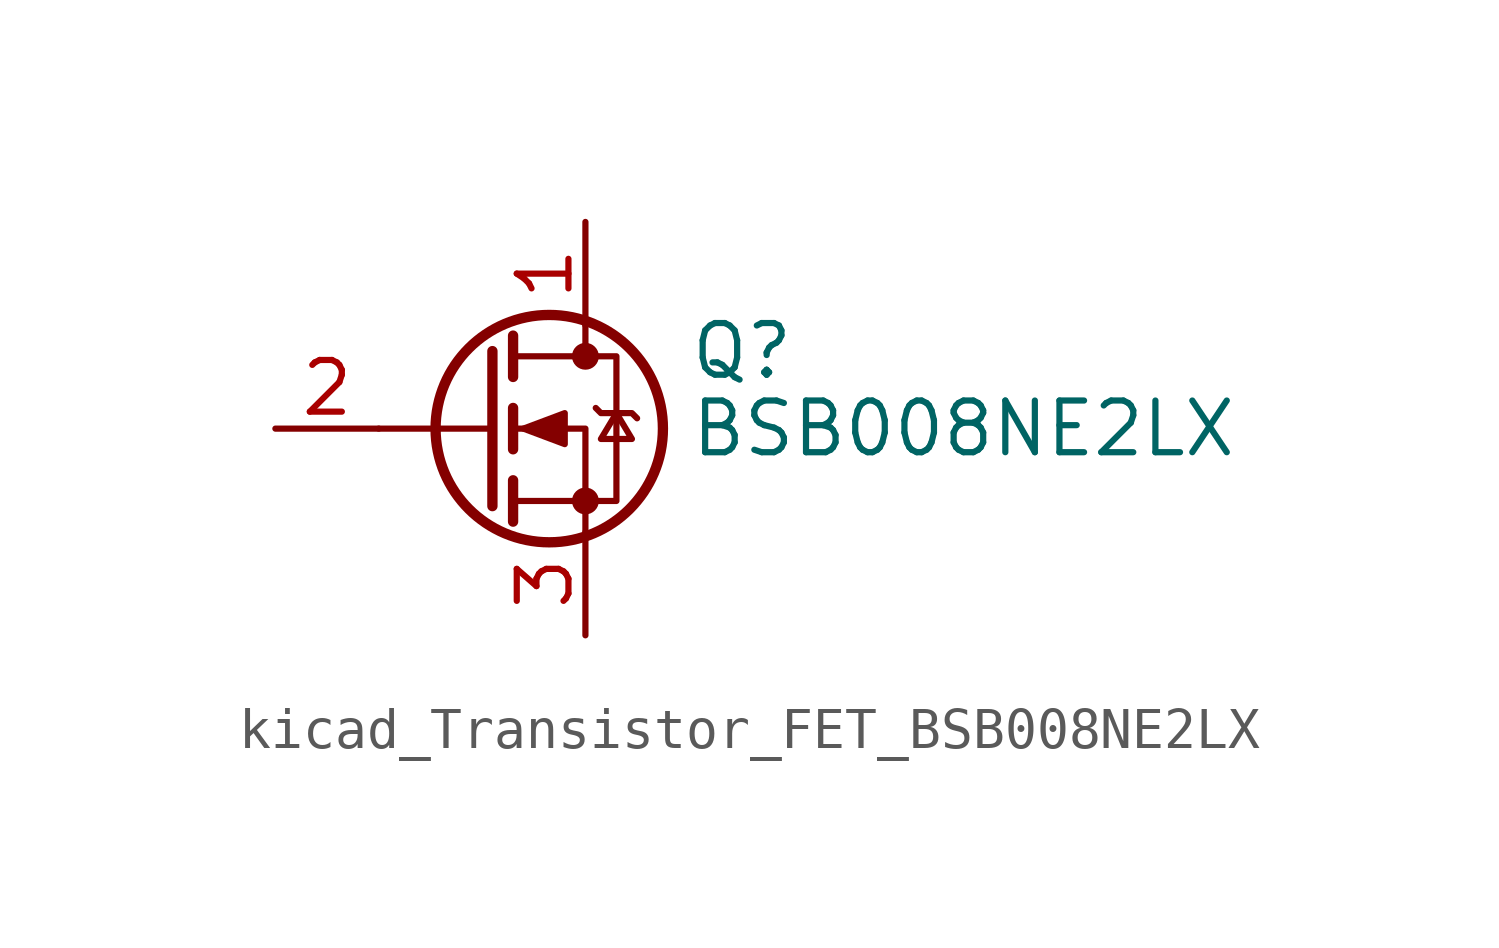
<source format=kicad_sym>
(kicad_symbol_lib
  (version 20220914)
  (generator kicad_symbol_editor)
  (symbol "kicad_Transistor_FET_BSB008NE2LX"
    (pin_names hide)
    (property "Reference" "Q"
      (at 5.08 1.905 0)
      (effects (font (size 1.27 1.27)) (justify left)))
    (property "Value" "BSB008NE2LX"
      (at 5.08 0 0)
      (effects (font (size 1.27 1.27)) (justify left)))
    (symbol "kicad_Transistor_FET_BSB008NE2LX_0_1"
      (polyline (pts (xy 0.254 0) (xy -2.54 0)) (stroke (width 0) (type default)) (fill (type none)))
      (polyline (pts (xy 0.254 1.905) (xy 0.254 -1.905)) (stroke (width 0.254) (type default)) (fill (type none)))
      (polyline (pts (xy 0.762 -1.27) (xy 0.762 -2.286)) (stroke (width 0.254) (type default)) (fill (type none)))
      (polyline (pts (xy 0.762 0.508) (xy 0.762 -0.508)) (stroke (width 0.254) (type default)) (fill (type none)))
      (polyline (pts (xy 0.762 2.286) (xy 0.762 1.27)) (stroke (width 0.254) (type default)) (fill (type none)))
      (polyline (pts (xy 2.54 2.54) (xy 2.54 1.778)) (stroke (width 0) (type default)) (fill (type none)))
      (polyline (pts (xy 2.54 -2.54) (xy 2.54 0) (xy 0.762 0)) (stroke (width 0) (type default)) (fill (type none)))
      (polyline (pts (xy 0.762 -1.778) (xy 3.302 -1.778) (xy 3.302 1.778) (xy 0.762 1.778)) (stroke (width 0) (type default)) (fill (type none)))
      (polyline (pts (xy 1.016 0) (xy 2.032 0.381) (xy 2.032 -0.381) (xy 1.016 0)) (stroke (width 0) (type default)) (fill (type outline)))
      (polyline (pts (xy 2.794 0.508) (xy 2.921 0.381) (xy 3.683 0.381) (xy 3.81 0.254)) (stroke (width 0) (type default)) (fill (type none)))
      (polyline (pts (xy 3.302 0.381) (xy 2.921 -0.254) (xy 3.683 -0.254) (xy 3.302 0.381)) (stroke (width 0) (type default)) (fill (type none)))
      (circle (center 1.651 0) (radius 2.794) (stroke (width 0.254) (type default)) (fill (type none)))
      (circle (center 2.54 -1.778) (radius 0.254) (stroke (width 0) (type default)) (fill (type outline)))
      (circle (center 2.54 1.778) (radius 0.254) (stroke (width 0) (type default)) (fill (type outline))))
    (symbol "kicad_Transistor_FET_BSB008NE2LX_1_1"
      (pin passive line (at 2.54 5.08 270) (length 2.54) (name "D" (effects (font (size 1.27 1.27)))) (number "1" (effects (font (size 1.27 1.27)))))
      (pin input line (at -5.08 0 0) (length 2.54) (name "G" (effects (font (size 1.27 1.27)))) (number "2" (effects (font (size 1.27 1.27)))))
      (pin passive line (at 2.54 -5.08 90) (length 2.54) (name "S" (effects (font (size 1.27 1.27)))) (number "3" (effects (font (size 1.27 1.27))))))))
</source>
